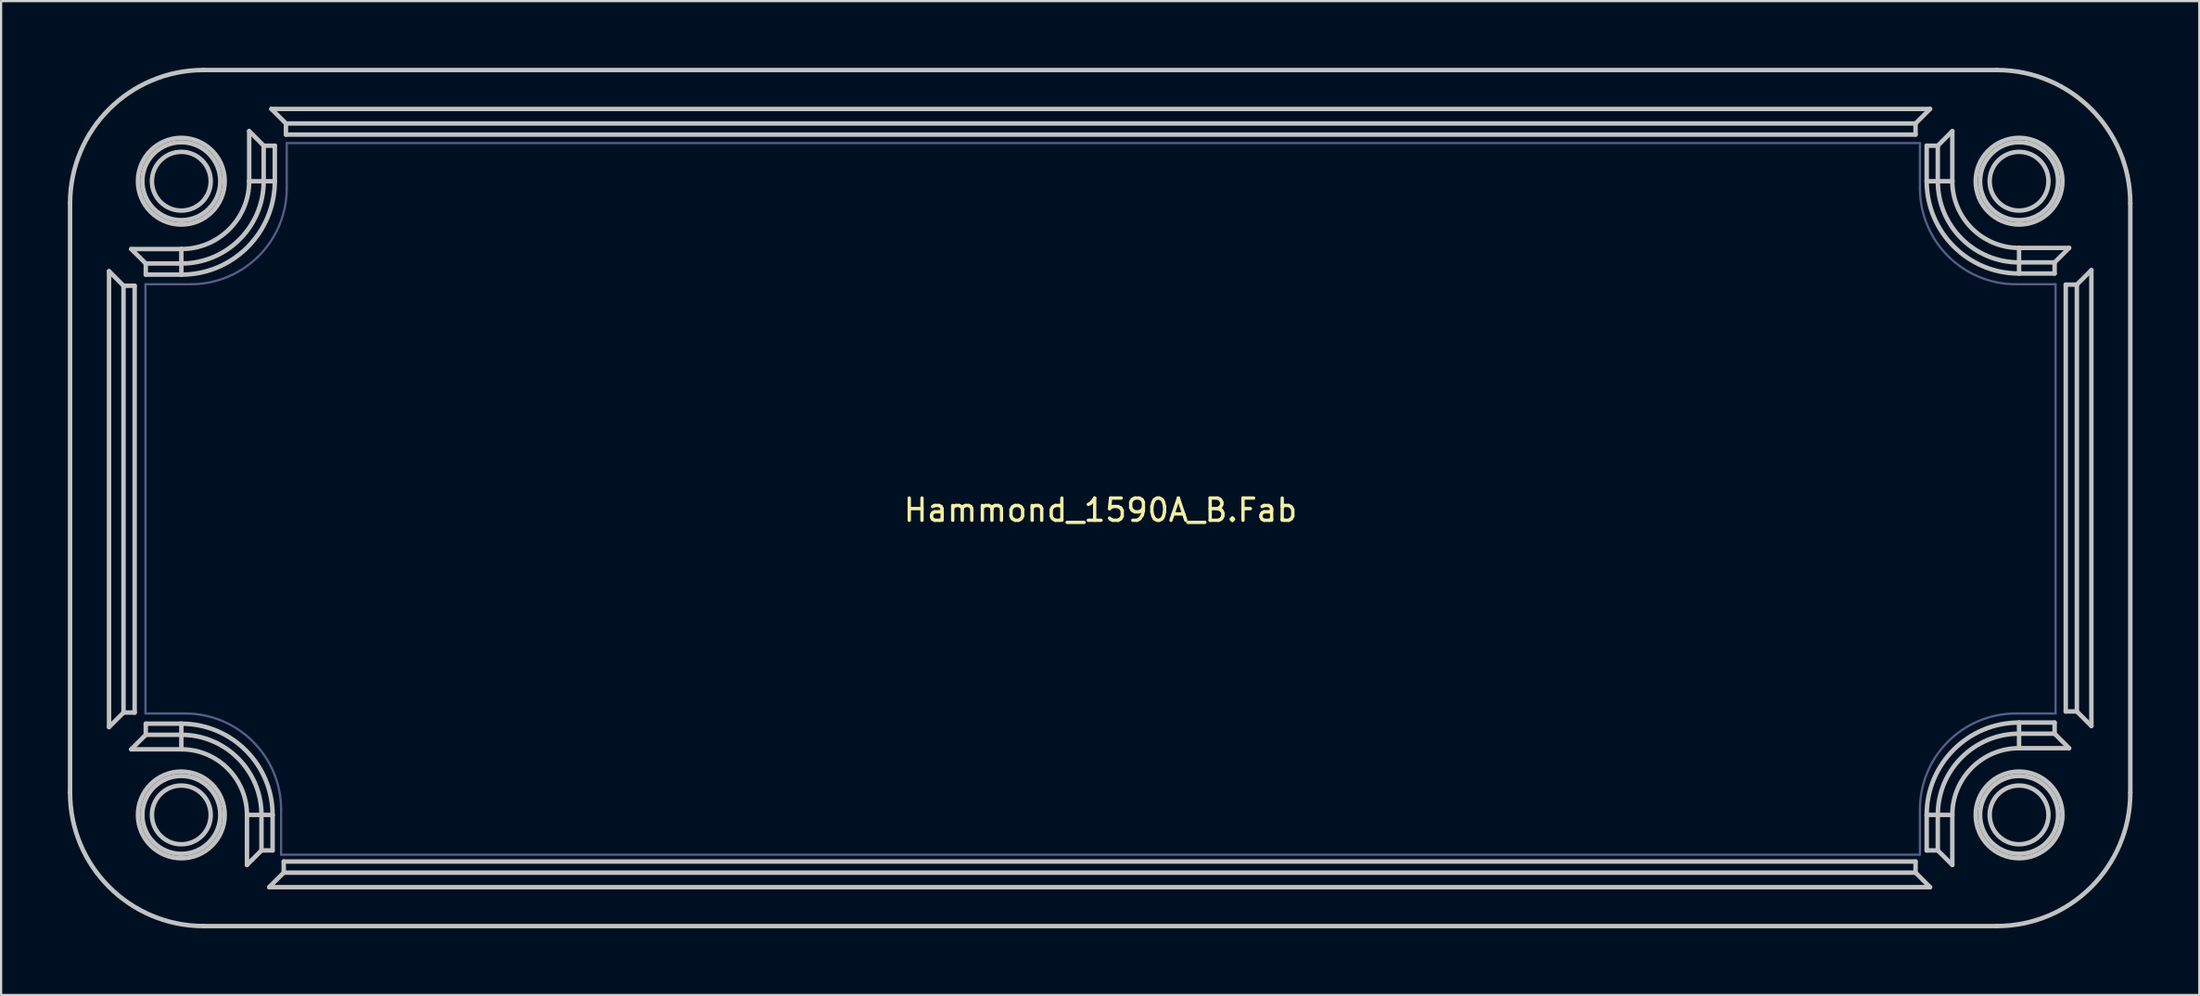
<source format=kicad_pcb>
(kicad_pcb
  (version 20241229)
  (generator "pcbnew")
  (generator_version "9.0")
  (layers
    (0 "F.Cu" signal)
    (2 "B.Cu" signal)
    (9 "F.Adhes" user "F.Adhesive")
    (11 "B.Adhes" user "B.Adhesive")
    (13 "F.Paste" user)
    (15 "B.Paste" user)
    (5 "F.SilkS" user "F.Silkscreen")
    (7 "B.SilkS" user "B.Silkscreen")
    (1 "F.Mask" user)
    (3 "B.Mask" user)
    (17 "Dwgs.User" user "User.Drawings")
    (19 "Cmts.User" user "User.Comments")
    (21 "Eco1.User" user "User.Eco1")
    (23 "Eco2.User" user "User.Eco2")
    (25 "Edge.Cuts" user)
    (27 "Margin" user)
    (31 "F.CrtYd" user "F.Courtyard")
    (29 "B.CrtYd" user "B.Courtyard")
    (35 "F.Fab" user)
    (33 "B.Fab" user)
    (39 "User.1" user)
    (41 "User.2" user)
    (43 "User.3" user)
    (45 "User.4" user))
  (footprint "Hammond_1590A_B.Fab"
    (layer "F.Cu")
    (at 46.414 19.386)
    (property "Reference" "Hammond_1590A_B.Fab" (at 0 0.508 0) (layer "F.SilkS") (effects (font (size 1 1) (thickness 0.15))))
    (attr through_hole)
    (fp_line (start -46.314 -13.286) (end -46.314 13.214) (stroke (width 0.2) (type solid)) (layer "Dwgs.User"))
    (fp_line (start -44.564 -10.237) (end -43.912 -9.584) (stroke (width 0.2) (type solid)) (layer "Dwgs.User"))
    (fp_line (start -44.564 10.264) (end -44.564 -10.237) (stroke (width 0.2) (type solid)) (layer "Dwgs.User"))
    (fp_line (start -43.912 -9.584) (end -43.912 9.612) (stroke (width 0.2) (type solid)) (layer "Dwgs.User"))
    (fp_line (start -43.912 -9.584) (end -43.412 -9.584) (stroke (width 0.2) (type solid)) (layer "Dwgs.User"))
    (fp_line (start -43.912 9.612) (end -44.564 10.264) (stroke (width 0.2) (type solid)) (layer "Dwgs.User"))
    (fp_line (start -43.912 9.612) (end -43.412 9.612) (stroke (width 0.2) (type solid)) (layer "Dwgs.User"))
    (fp_line (start -43.565 -11.236) (end -41.314 -11.236) (stroke (width 0.2) (type solid)) (layer "Dwgs.User"))
    (fp_line (start -43.565 11.264) (end -42.912 10.611) (stroke (width 0.2) (type solid)) (layer "Dwgs.User"))
    (fp_line (start -43.412 9.612) (end -43.412 -9.584) (stroke (width 0.2) (type solid)) (layer "Dwgs.User"))
    (fp_line (start -42.912 -10.584) (end -43.565 -11.236) (stroke (width 0.2) (type solid)) (layer "Dwgs.User"))
    (fp_line (start -42.912 -10.584) (end -42.912 -10.084) (stroke (width 0.2) (type solid)) (layer "Dwgs.User"))
    (fp_line (start -42.912 -10.084) (end -41.314 -10.084) (stroke (width 0.2) (type solid)) (layer "Dwgs.User"))
    (fp_line (start -42.912 10.611) (end -42.912 10.111) (stroke (width 0.2) (type solid)) (layer "Dwgs.User"))
    (fp_line (start -42.912 10.611) (end -41.314 10.611) (stroke (width 0.2) (type solid)) (layer "Dwgs.User"))
    (fp_line (start -41.314 -11.236) (end -41.314 -10.584) (stroke (width 0.2) (type solid)) (layer "Dwgs.User"))
    (fp_line (start -41.314 -10.584) (end -42.912 -10.584) (stroke (width 0.2) (type solid)) (layer "Dwgs.User"))
    (fp_line (start -41.314 -10.584) (end -41.314 -10.084) (stroke (width 0.2) (type solid)) (layer "Dwgs.User"))
    (fp_line (start -41.314 10.111) (end -42.912 10.111) (stroke (width 0.2) (type solid)) (layer "Dwgs.User"))
    (fp_line (start -41.314 10.611) (end -41.314 10.111) (stroke (width 0.2) (type solid)) (layer "Dwgs.User"))
    (fp_line (start -41.314 11.264) (end -43.565 11.264) (stroke (width 0.2) (type solid)) (layer "Dwgs.User"))
    (fp_line (start -41.314 11.264) (end -41.314 10.611) (stroke (width 0.2) (type solid)) (layer "Dwgs.User"))
    (fp_line (start -40.314 19.214) (end 40.286 19.214) (stroke (width 0.2) (type solid)) (layer "Dwgs.User"))
    (fp_line (start -38.364 14.214) (end -37.712 14.214) (stroke (width 0.2) (type solid)) (layer "Dwgs.User"))
    (fp_line (start -38.364 16.464) (end -38.364 14.214) (stroke (width 0.2) (type solid)) (layer "Dwgs.User"))
    (fp_line (start -38.264 -16.537) (end -37.612 -15.884) (stroke (width 0.2) (type solid)) (layer "Dwgs.User"))
    (fp_line (start -38.264 -14.286) (end -38.264 -16.537) (stroke (width 0.2) (type solid)) (layer "Dwgs.User"))
    (fp_line (start -38.264 -14.286) (end -37.612 -14.286) (stroke (width 0.2) (type solid)) (layer "Dwgs.User"))
    (fp_line (start -37.712 14.214) (end -37.712 15.812) (stroke (width 0.2) (type solid)) (layer "Dwgs.User"))
    (fp_line (start -37.712 14.214) (end -37.212 14.214) (stroke (width 0.2) (type solid)) (layer "Dwgs.User"))
    (fp_line (start -37.712 15.812) (end -38.364 16.464) (stroke (width 0.2) (type solid)) (layer "Dwgs.User"))
    (fp_line (start -37.712 15.812) (end -37.212 15.812) (stroke (width 0.2) (type solid)) (layer "Dwgs.User"))
    (fp_line (start -37.612 -15.884) (end -37.612 -14.286) (stroke (width 0.2) (type solid)) (layer "Dwgs.User"))
    (fp_line (start -37.612 -15.884) (end -37.112 -15.884) (stroke (width 0.2) (type solid)) (layer "Dwgs.User"))
    (fp_line (start -37.612 -14.286) (end -37.112 -14.286) (stroke (width 0.2) (type solid)) (layer "Dwgs.User"))
    (fp_line (start -37.365 17.464) (end -36.712 16.811) (stroke (width 0.2) (type solid)) (layer "Dwgs.User"))
    (fp_line (start -37.265 -17.536) (end 37.286 -17.536) (stroke (width 0.2) (type solid)) (layer "Dwgs.User"))
    (fp_line (start -37.212 15.812) (end -37.212 14.214) (stroke (width 0.2) (type solid)) (layer "Dwgs.User"))
    (fp_line (start -37.112 -14.286) (end -37.112 -15.884) (stroke (width 0.2) (type solid)) (layer "Dwgs.User"))
    (fp_line (start -36.712 16.811) (end -36.712 16.311) (stroke (width 0.2) (type solid)) (layer "Dwgs.User"))
    (fp_line (start -36.712 16.811) (end 36.634 16.811) (stroke (width 0.2) (type solid)) (layer "Dwgs.User"))
    (fp_line (start -36.612 -16.884) (end -37.265 -17.536) (stroke (width 0.2) (type solid)) (layer "Dwgs.User"))
    (fp_line (start -36.612 -16.884) (end -36.612 -16.384) (stroke (width 0.2) (type solid)) (layer "Dwgs.User"))
    (fp_line (start -36.612 -16.384) (end 36.634 -16.384) (stroke (width 0.2) (type solid)) (layer "Dwgs.User"))
    (fp_line (start 36.634 -16.884) (end -36.612 -16.884) (stroke (width 0.2) (type solid)) (layer "Dwgs.User"))
    (fp_line (start 36.634 -16.384) (end 36.634 -16.884) (stroke (width 0.2) (type solid)) (layer "Dwgs.User"))
    (fp_line (start 36.634 16.311) (end -36.712 16.311) (stroke (width 0.2) (type solid)) (layer "Dwgs.User"))
    (fp_line (start 36.634 16.311) (end 36.634 16.811) (stroke (width 0.2) (type solid)) (layer "Dwgs.User"))
    (fp_line (start 36.634 16.811) (end 37.286 17.464) (stroke (width 0.2) (type solid)) (layer "Dwgs.User"))
    (fp_line (start 37.134 -15.884) (end 37.134 -14.286) (stroke (width 0.2) (type solid)) (layer "Dwgs.User"))
    (fp_line (start 37.134 -15.884) (end 37.633 -15.884) (stroke (width 0.2) (type solid)) (layer "Dwgs.User"))
    (fp_line (start 37.134 -14.286) (end 37.633 -14.286) (stroke (width 0.2) (type solid)) (layer "Dwgs.User"))
    (fp_line (start 37.134 14.214) (end 37.134 15.812) (stroke (width 0.2) (type solid)) (layer "Dwgs.User"))
    (fp_line (start 37.134 14.214) (end 37.633 14.214) (stroke (width 0.2) (type solid)) (layer "Dwgs.User"))
    (fp_line (start 37.134 15.812) (end 37.633 15.812) (stroke (width 0.2) (type solid)) (layer "Dwgs.User"))
    (fp_line (start 37.286 -17.536) (end 36.634 -16.884) (stroke (width 0.2) (type solid)) (layer "Dwgs.User"))
    (fp_line (start 37.286 17.464) (end -37.365 17.464) (stroke (width 0.2) (type solid)) (layer "Dwgs.User"))
    (fp_line (start 37.633 -15.884) (end 38.286 -16.537) (stroke (width 0.2) (type solid)) (layer "Dwgs.User"))
    (fp_line (start 37.633 -14.286) (end 37.633 -15.884) (stroke (width 0.2) (type solid)) (layer "Dwgs.User"))
    (fp_line (start 37.633 15.812) (end 37.633 14.214) (stroke (width 0.2) (type solid)) (layer "Dwgs.User"))
    (fp_line (start 38.286 -16.537) (end 38.286 -14.286) (stroke (width 0.2) (type solid)) (layer "Dwgs.User"))
    (fp_line (start 38.286 -14.286) (end 37.633 -14.286) (stroke (width 0.2) (type solid)) (layer "Dwgs.User"))
    (fp_line (start 38.286 14.214) (end 37.633 14.214) (stroke (width 0.2) (type solid)) (layer "Dwgs.User"))
    (fp_line (start 38.286 14.214) (end 38.286 16.464) (stroke (width 0.2) (type solid)) (layer "Dwgs.User"))
    (fp_line (start 38.286 16.464) (end 37.633 15.812) (stroke (width 0.2) (type solid)) (layer "Dwgs.User"))
    (fp_line (start 40.286 -19.286) (end -40.314 -19.286) (stroke (width 0.2) (type solid)) (layer "Dwgs.User"))
    (fp_line (start 41.286 -11.286) (end 41.286 -10.634) (stroke (width 0.2) (type solid)) (layer "Dwgs.User"))
    (fp_line (start 41.286 -11.286) (end 43.536 -11.286) (stroke (width 0.2) (type solid)) (layer "Dwgs.User"))
    (fp_line (start 41.286 -10.134) (end 41.286 -10.634) (stroke (width 0.2) (type solid)) (layer "Dwgs.User"))
    (fp_line (start 41.286 -10.134) (end 42.884 -10.134) (stroke (width 0.2) (type solid)) (layer "Dwgs.User"))
    (fp_line (start 41.286 10.061) (end 41.286 10.561) (stroke (width 0.2) (type solid)) (layer "Dwgs.User"))
    (fp_line (start 41.286 10.561) (end 42.884 10.561) (stroke (width 0.2) (type solid)) (layer "Dwgs.User"))
    (fp_line (start 41.286 11.214) (end 41.286 10.561) (stroke (width 0.2) (type solid)) (layer "Dwgs.User"))
    (fp_line (start 42.884 -10.634) (end 41.286 -10.634) (stroke (width 0.2) (type solid)) (layer "Dwgs.User"))
    (fp_line (start 42.884 -10.134) (end 42.884 -10.634) (stroke (width 0.2) (type solid)) (layer "Dwgs.User"))
    (fp_line (start 42.884 10.061) (end 41.286 10.061) (stroke (width 0.2) (type solid)) (layer "Dwgs.User"))
    (fp_line (start 42.884 10.061) (end 42.884 10.561) (stroke (width 0.2) (type solid)) (layer "Dwgs.User"))
    (fp_line (start 42.884 10.561) (end 43.536 11.214) (stroke (width 0.2) (type solid)) (layer "Dwgs.User"))
    (fp_line (start 43.384 -9.634) (end 43.384 9.562) (stroke (width 0.2) (type solid)) (layer "Dwgs.User"))
    (fp_line (start 43.384 -9.634) (end 43.883 -9.634) (stroke (width 0.2) (type solid)) (layer "Dwgs.User"))
    (fp_line (start 43.384 9.562) (end 43.883 9.562) (stroke (width 0.2) (type solid)) (layer "Dwgs.User"))
    (fp_line (start 43.536 -11.286) (end 42.884 -10.634) (stroke (width 0.2) (type solid)) (layer "Dwgs.User"))
    (fp_line (start 43.536 11.214) (end 41.286 11.214) (stroke (width 0.2) (type solid)) (layer "Dwgs.User"))
    (fp_line (start 43.883 -9.634) (end 44.536 -10.287) (stroke (width 0.2) (type solid)) (layer "Dwgs.User"))
    (fp_line (start 43.883 9.562) (end 43.883 -9.634) (stroke (width 0.2) (type solid)) (layer "Dwgs.User"))
    (fp_line (start 44.536 -10.287) (end 44.536 10.214) (stroke (width 0.2) (type solid)) (layer "Dwgs.User"))
    (fp_line (start 44.536 10.214) (end 43.883 9.562) (stroke (width 0.2) (type solid)) (layer "Dwgs.User"))
    (fp_line (start 46.286 13.214) (end 46.286 -13.286) (stroke (width 0.2) (type solid)) (layer "Dwgs.User"))
    (fp_arc (start -46.314163 -13.286347) (mid -44.556804 -17.528988) (end -40.314163 -19.286347) (stroke (width 0.2) (type solid)) (layer "Dwgs.User"))
    (fp_arc (start -41.314163 10.111452) (mid -38.413469 11.312959) (end -37.211962 14.213653) (stroke (width 0.2) (type solid)) (layer "Dwgs.User"))
    (fp_arc (start -41.314163 10.611281) (mid -38.766901 11.666391) (end -37.711791 14.213653) (stroke (width 0.2) (type solid)) (layer "Dwgs.User"))
    (fp_arc (start -41.314163 11.263653) (mid -39.228198 12.127688) (end -38.364163 14.213653) (stroke (width 0.2) (type solid)) (layer "Dwgs.User"))
    (fp_arc (start -40.314163 19.213653) (mid -44.556804 17.456294) (end -46.314163 13.213653) (stroke (width 0.2) (type solid)) (layer "Dwgs.User"))
    (fp_arc (start -38.264163 -14.286347) (mid -39.157487 -12.129671) (end -41.314163 -11.236347) (stroke (width 0.2) (type solid)) (layer "Dwgs.User"))
    (fp_arc (start -37.611791 -14.286347) (mid -38.696191 -11.668375) (end -41.314163 -10.583975) (stroke (width 0.2) (type solid)) (layer "Dwgs.User"))
    (fp_arc (start -37.111962 -14.286347) (mid -38.342758 -11.314942) (end -41.314163 -10.084146) (stroke (width 0.2) (type solid)) (layer "Dwgs.User"))
    (fp_arc (start 37.133636 14.213653) (mid 38.349788 11.277604) (end 41.285837 10.061452) (stroke (width 0.2) (type solid)) (layer "Dwgs.User"))
    (fp_arc (start 37.633465 14.213653) (mid 38.70322 11.631036) (end 41.285837 10.561281) (stroke (width 0.2) (type solid)) (layer "Dwgs.User"))
    (fp_arc (start 38.285837 14.213653) (mid 39.164517 12.092333) (end 41.285837 11.213653) (stroke (width 0.2) (type solid)) (layer "Dwgs.User"))
    (fp_arc (start 40.285837 -19.286347) (mid 44.528478 -17.528988) (end 46.285837 -13.286347) (stroke (width 0.2) (type solid)) (layer "Dwgs.User"))
    (fp_arc (start 41.285837 -11.286347) (mid 39.164517 -12.165027) (end 38.285837 -14.286347) (stroke (width 0.2) (type solid)) (layer "Dwgs.User"))
    (fp_arc (start 41.285837 -10.633975) (mid 38.70322 -11.70373) (end 37.633465 -14.286347) (stroke (width 0.2) (type solid)) (layer "Dwgs.User"))
    (fp_arc (start 41.285837 -10.134146) (mid 38.349788 -11.350298) (end 37.133636 -14.286347) (stroke (width 0.2) (type solid)) (layer "Dwgs.User"))
    (fp_arc (start 46.285837 13.213653) (mid 44.528478 17.456294) (end 40.285837 19.213653) (stroke (width 0.2) (type solid)) (layer "Dwgs.User"))
    (fp_circle (center -41.314 -14.286) (end -39.993 -14.286) (stroke (width 0.2) (type solid)) (fill no) (layer "Dwgs.User"))
    (fp_circle (center -41.314 -14.286) (end -39.562 -14.286) (stroke (width 0.2) (type solid)) (fill no) (layer "Dwgs.User"))
    (fp_circle (center -41.314 -14.286) (end -39.364 -14.286) (stroke (width 0.2) (type solid)) (fill no) (layer "Dwgs.User"))
    (fp_circle (center -41.314 14.214) (end -39.993 14.214) (stroke (width 0.2) (type solid)) (fill no) (layer "Dwgs.User"))
    (fp_circle (center -41.314 14.214) (end -39.562 14.214) (stroke (width 0.2) (type solid)) (fill no) (layer "Dwgs.User"))
    (fp_circle (center -41.314 14.214) (end -39.364 14.214) (stroke (width 0.2) (type solid)) (fill no) (layer "Dwgs.User"))
    (fp_circle (center 41.286 -14.286) (end 42.607 -14.286) (stroke (width 0.2) (type solid)) (fill no) (layer "Dwgs.User"))
    (fp_circle (center 41.286 -14.286) (end 43.038 -14.286) (stroke (width 0.2) (type solid)) (fill no) (layer "Dwgs.User"))
    (fp_circle (center 41.286 -14.286) (end 43.236 -14.286) (stroke (width 0.2) (type solid)) (fill no) (layer "Dwgs.User"))
    (fp_circle (center 41.286 14.214) (end 42.607 14.214) (stroke (width 0.2) (type solid)) (fill no) (layer "Dwgs.User"))
    (fp_circle (center 41.286 14.214) (end 43.038 14.214) (stroke (width 0.2) (type solid)) (fill no) (layer "Dwgs.User"))
    (fp_circle (center 41.286 14.214) (end 43.236 14.214) (stroke (width 0.2) (type solid)) (fill no) (layer "Dwgs.User"))
    (fp_line (start -42.926 -9.652) (end -42.926 9.652) (stroke (width 0.1) (type solid)) (layer "B.Fab"))
    (fp_line (start -41.148 9.652) (end -42.926 9.652) (stroke (width 0.1) (type solid)) (layer "B.Fab"))
    (fp_line (start -40.894 -9.652) (end -42.926 -9.652) (stroke (width 0.1) (type solid)) (layer "B.Fab"))
    (fp_line (start -36.83 13.97) (end -36.83 16.002) (stroke (width 0.1) (type solid)) (layer "B.Fab"))
    (fp_line (start -36.83 16.002) (end 36.83 16.002) (stroke (width 0.1) (type solid)) (layer "B.Fab"))
    (fp_line (start -36.576 -13.97) (end -36.576 -16.002) (stroke (width 0.1) (type solid)) (layer "B.Fab"))
    (fp_line (start 36.83 -16.002) (end -36.576 -16.002) (stroke (width 0.1) (type solid)) (layer "B.Fab"))
    (fp_line (start 36.83 -13.97) (end 36.83 -16.002) (stroke (width 0.1) (type solid)) (layer "B.Fab"))
    (fp_line (start 36.83 13.97) (end 36.83 16.002) (stroke (width 0.1) (type solid)) (layer "B.Fab"))
    (fp_line (start 41.148 -9.652) (end 42.926 -9.652) (stroke (width 0.1) (type solid)) (layer "B.Fab"))
    (fp_line (start 41.148 9.652) (end 42.926 9.652) (stroke (width 0.1) (type solid)) (layer "B.Fab"))
    (fp_line (start 42.926 9.652) (end 42.926 -9.652) (stroke (width 0.1) (type solid)) (layer "B.Fab"))
    (fp_arc (start -41.148 9.652) (mid -38.094713 10.916713) (end -36.83 13.97) (stroke (width 0.1) (type solid)) (layer "B.Fab"))
    (fp_arc (start -36.576 -13.97) (mid -37.840713 -10.916713) (end -40.894 -9.652) (stroke (width 0.1) (type solid)) (layer "B.Fab"))
    (fp_arc (start 36.83 13.97) (mid 38.094713 10.916713) (end 41.148 9.652) (stroke (width 0.1) (type solid)) (layer "B.Fab"))
    (fp_arc (start 41.148 -9.652) (mid 38.094713 -10.916713) (end 36.83 -13.97) (stroke (width 0.1) (type solid)) (layer "B.Fab")))
  (gr_rect
    (start -3 -3)
    (end 95.8 41.7)
    (stroke (width 0.1) (type default))
    (fill no)
    (layer "Edge.Cuts")))
</source>
